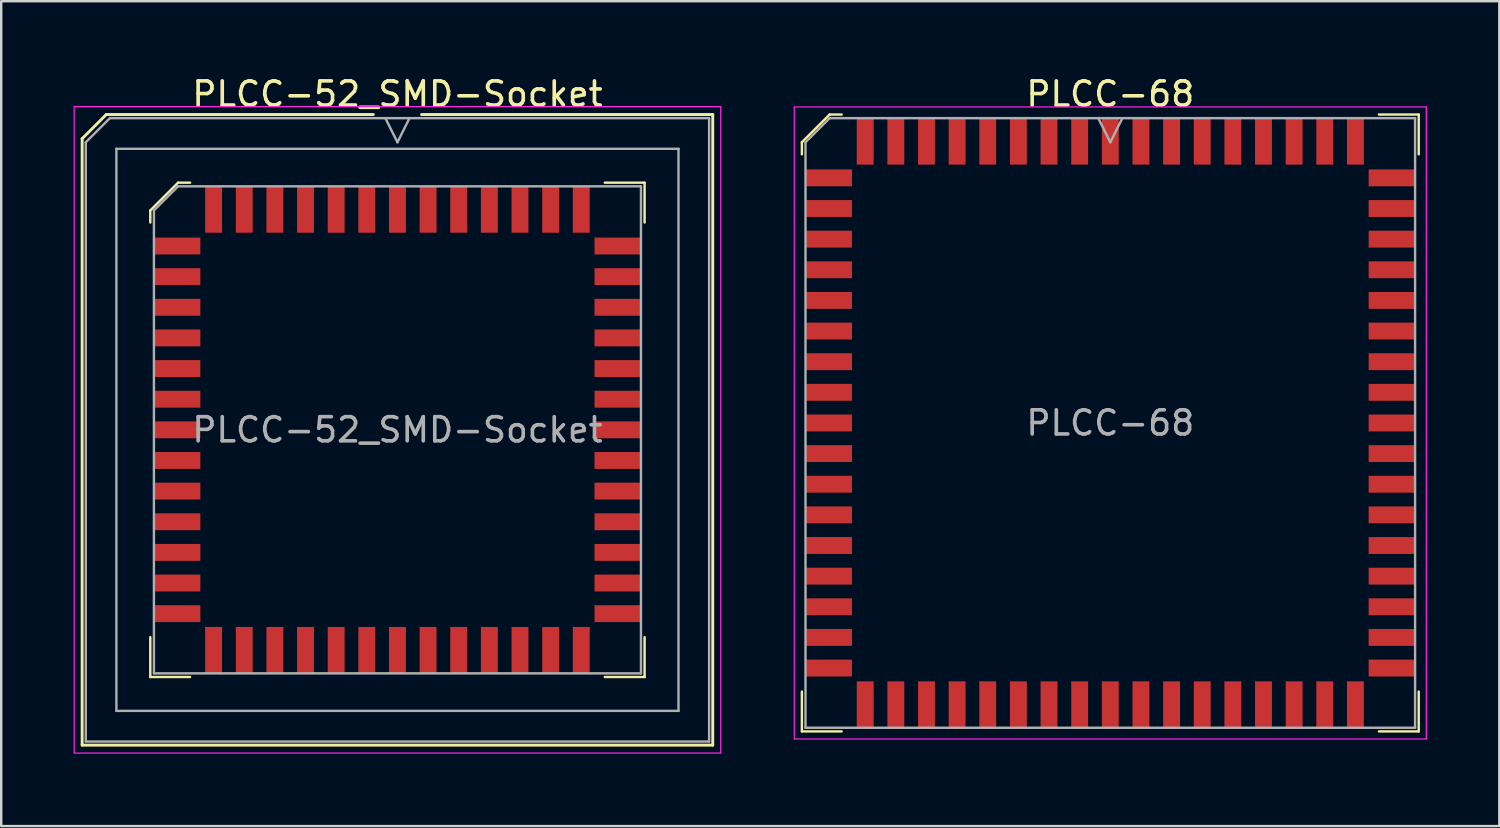
<source format=kicad_pcb>
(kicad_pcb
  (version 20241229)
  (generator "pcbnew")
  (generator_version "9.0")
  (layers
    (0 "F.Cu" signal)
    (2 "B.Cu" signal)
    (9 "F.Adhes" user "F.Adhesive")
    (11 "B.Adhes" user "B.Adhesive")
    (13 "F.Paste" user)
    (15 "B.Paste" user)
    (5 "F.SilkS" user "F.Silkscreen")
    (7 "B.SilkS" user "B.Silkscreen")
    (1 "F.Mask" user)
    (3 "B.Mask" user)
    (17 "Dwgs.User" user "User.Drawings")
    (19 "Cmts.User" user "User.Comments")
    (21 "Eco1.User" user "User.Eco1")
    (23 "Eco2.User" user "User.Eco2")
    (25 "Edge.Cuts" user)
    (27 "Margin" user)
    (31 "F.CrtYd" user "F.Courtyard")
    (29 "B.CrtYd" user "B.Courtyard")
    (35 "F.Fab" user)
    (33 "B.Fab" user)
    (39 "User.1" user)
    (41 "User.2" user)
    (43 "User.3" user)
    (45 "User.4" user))
  (footprint "PLCC-68"
    (layer "F.Cu")
    (at 42.975 14.483)
    (property "Reference" "PLCC-68" (at 0 -13.635 0) (layer "F.SilkS") (effects (font (size 1 1) (thickness 0.15))))
    (attr smd)
    (fp_line (start -12.785 -11.635) (end -12.785 -11.135) (stroke (width 0.1) (type solid)) (layer "F.SilkS"))
    (fp_line (start -12.785 12.785) (end -12.785 11.135) (stroke (width 0.1) (type solid)) (layer "F.SilkS"))
    (fp_line (start -11.635 -12.785) (end -12.785 -11.635) (stroke (width 0.1) (type solid)) (layer "F.SilkS"))
    (fp_line (start -11.135 -12.785) (end -11.635 -12.785) (stroke (width 0.1) (type solid)) (layer "F.SilkS"))
    (fp_line (start -11.135 12.785) (end -12.785 12.785) (stroke (width 0.1) (type solid)) (layer "F.SilkS"))
    (fp_line (start 11.135 -12.785) (end 12.785 -12.785) (stroke (width 0.1) (type solid)) (layer "F.SilkS"))
    (fp_line (start 11.135 12.785) (end 12.785 12.785) (stroke (width 0.1) (type solid)) (layer "F.SilkS"))
    (fp_line (start 12.785 -12.785) (end 12.785 -11.135) (stroke (width 0.1) (type solid)) (layer "F.SilkS"))
    (fp_line (start 12.785 12.785) (end 12.785 11.135) (stroke (width 0.1) (type solid)) (layer "F.SilkS"))
    (fp_line (start -13.1 -13.1) (end -13.1 13.1) (stroke (width 0.05) (type solid)) (layer "F.CrtYd"))
    (fp_line (start -13.1 13.1) (end 13.1 13.1) (stroke (width 0.05) (type solid)) (layer "F.CrtYd"))
    (fp_line (start 13.1 -13.1) (end -13.1 -13.1) (stroke (width 0.05) (type solid)) (layer "F.CrtYd"))
    (fp_line (start 13.1 13.1) (end 13.1 -13.1) (stroke (width 0.05) (type solid)) (layer "F.CrtYd"))
    (fp_line (start -12.635 -11.635) (end -12.635 12.635) (stroke (width 0.1) (type solid)) (layer "F.Fab"))
    (fp_line (start -12.635 12.635) (end 12.635 12.635) (stroke (width 0.1) (type solid)) (layer "F.Fab"))
    (fp_line (start -11.635 -12.635) (end -12.635 -11.635) (stroke (width 0.1) (type solid)) (layer "F.Fab"))
    (fp_line (start -0.5 -12.635) (end 0 -11.635) (stroke (width 0.1) (type solid)) (layer "F.Fab"))
    (fp_line (start 0 -11.635) (end 0.5 -12.635) (stroke (width 0.1) (type solid)) (layer "F.Fab"))
    (fp_line (start 12.635 -12.635) (end -11.635 -12.635) (stroke (width 0.1) (type solid)) (layer "F.Fab"))
    (fp_line (start 12.635 12.635) (end 12.635 -12.635) (stroke (width 0.1) (type solid)) (layer "F.Fab"))
    (fp_text user "${REFERENCE}" (at 0 0 0) (layer "F.Fab") (effects (font (size 1 1) (thickness 0.15))))
    (pad "1" smd rect (at 0 -11.672) (size 0.7 1.925) (layers "F.Cu" "F.Mask" "F.Paste"))
    (pad "2" smd rect (at -1.27 -11.672) (size 0.7 1.925) (layers "F.Cu" "F.Mask" "F.Paste"))
    (pad "3" smd rect (at -2.54 -11.672) (size 0.7 1.925) (layers "F.Cu" "F.Mask" "F.Paste"))
    (pad "4" smd rect (at -3.81 -11.672) (size 0.7 1.925) (layers "F.Cu" "F.Mask" "F.Paste"))
    (pad "5" smd rect (at -5.08 -11.672) (size 0.7 1.925) (layers "F.Cu" "F.Mask" "F.Paste"))
    (pad "6" smd rect (at -6.35 -11.672) (size 0.7 1.925) (layers "F.Cu" "F.Mask" "F.Paste"))
    (pad "7" smd rect (at -7.62 -11.672) (size 0.7 1.925) (layers "F.Cu" "F.Mask" "F.Paste"))
    (pad "8" smd rect (at -8.89 -11.672) (size 0.7 1.925) (layers "F.Cu" "F.Mask" "F.Paste"))
    (pad "9" smd rect (at -10.16 -11.672) (size 0.7 1.925) (layers "F.Cu" "F.Mask" "F.Paste"))
    (pad "10" smd rect (at -11.672 -10.16) (size 1.925 0.7) (layers "F.Cu" "F.Mask" "F.Paste"))
    (pad "11" smd rect (at -11.672 -8.89) (size 1.925 0.7) (layers "F.Cu" "F.Mask" "F.Paste"))
    (pad "12" smd rect (at -11.672 -7.62) (size 1.925 0.7) (layers "F.Cu" "F.Mask" "F.Paste"))
    (pad "13" smd rect (at -11.672 -6.35) (size 1.925 0.7) (layers "F.Cu" "F.Mask" "F.Paste"))
    (pad "14" smd rect (at -11.672 -5.08) (size 1.925 0.7) (layers "F.Cu" "F.Mask" "F.Paste"))
    (pad "15" smd rect (at -11.672 -3.81) (size 1.925 0.7) (layers "F.Cu" "F.Mask" "F.Paste"))
    (pad "16" smd rect (at -11.672 -2.54) (size 1.925 0.7) (layers "F.Cu" "F.Mask" "F.Paste"))
    (pad "17" smd rect (at -11.672 -1.27) (size 1.925 0.7) (layers "F.Cu" "F.Mask" "F.Paste"))
    (pad "18" smd rect (at -11.672 0) (size 1.925 0.7) (layers "F.Cu" "F.Mask" "F.Paste"))
    (pad "19" smd rect (at -11.672 1.27) (size 1.925 0.7) (layers "F.Cu" "F.Mask" "F.Paste"))
    (pad "20" smd rect (at -11.672 2.54) (size 1.925 0.7) (layers "F.Cu" "F.Mask" "F.Paste"))
    (pad "21" smd rect (at -11.672 3.81) (size 1.925 0.7) (layers "F.Cu" "F.Mask" "F.Paste"))
    (pad "22" smd rect (at -11.672 5.08) (size 1.925 0.7) (layers "F.Cu" "F.Mask" "F.Paste"))
    (pad "23" smd rect (at -11.672 6.35) (size 1.925 0.7) (layers "F.Cu" "F.Mask" "F.Paste"))
    (pad "24" smd rect (at -11.672 7.62) (size 1.925 0.7) (layers "F.Cu" "F.Mask" "F.Paste"))
    (pad "25" smd rect (at -11.672 8.89) (size 1.925 0.7) (layers "F.Cu" "F.Mask" "F.Paste"))
    (pad "26" smd rect (at -11.672 10.16) (size 1.925 0.7) (layers "F.Cu" "F.Mask" "F.Paste"))
    (pad "27" smd rect (at -10.16 11.672) (size 0.7 1.925) (layers "F.Cu" "F.Mask" "F.Paste"))
    (pad "28" smd rect (at -8.89 11.672) (size 0.7 1.925) (layers "F.Cu" "F.Mask" "F.Paste"))
    (pad "29" smd rect (at -7.62 11.672) (size 0.7 1.925) (layers "F.Cu" "F.Mask" "F.Paste"))
    (pad "30" smd rect (at -6.35 11.672) (size 0.7 1.925) (layers "F.Cu" "F.Mask" "F.Paste"))
    (pad "31" smd rect (at -5.08 11.672) (size 0.7 1.925) (layers "F.Cu" "F.Mask" "F.Paste"))
    (pad "32" smd rect (at -3.81 11.672) (size 0.7 1.925) (layers "F.Cu" "F.Mask" "F.Paste"))
    (pad "33" smd rect (at -2.54 11.672) (size 0.7 1.925) (layers "F.Cu" "F.Mask" "F.Paste"))
    (pad "34" smd rect (at -1.27 11.672) (size 0.7 1.925) (layers "F.Cu" "F.Mask" "F.Paste"))
    (pad "35" smd rect (at 0 11.672) (size 0.7 1.925) (layers "F.Cu" "F.Mask" "F.Paste"))
    (pad "36" smd rect (at 1.27 11.672) (size 0.7 1.925) (layers "F.Cu" "F.Mask" "F.Paste"))
    (pad "37" smd rect (at 2.54 11.672) (size 0.7 1.925) (layers "F.Cu" "F.Mask" "F.Paste"))
    (pad "38" smd rect (at 3.81 11.672) (size 0.7 1.925) (layers "F.Cu" "F.Mask" "F.Paste"))
    (pad "39" smd rect (at 5.08 11.672) (size 0.7 1.925) (layers "F.Cu" "F.Mask" "F.Paste"))
    (pad "40" smd rect (at 6.35 11.672) (size 0.7 1.925) (layers "F.Cu" "F.Mask" "F.Paste"))
    (pad "41" smd rect (at 7.62 11.672) (size 0.7 1.925) (layers "F.Cu" "F.Mask" "F.Paste"))
    (pad "42" smd rect (at 8.89 11.672) (size 0.7 1.925) (layers "F.Cu" "F.Mask" "F.Paste"))
    (pad "43" smd rect (at 10.16 11.672) (size 0.7 1.925) (layers "F.Cu" "F.Mask" "F.Paste"))
    (pad "44" smd rect (at 11.672 10.16) (size 1.925 0.7) (layers "F.Cu" "F.Mask" "F.Paste"))
    (pad "45" smd rect (at 11.672 8.89) (size 1.925 0.7) (layers "F.Cu" "F.Mask" "F.Paste"))
    (pad "46" smd rect (at 11.672 7.62) (size 1.925 0.7) (layers "F.Cu" "F.Mask" "F.Paste"))
    (pad "47" smd rect (at 11.672 6.35) (size 1.925 0.7) (layers "F.Cu" "F.Mask" "F.Paste"))
    (pad "48" smd rect (at 11.672 5.08) (size 1.925 0.7) (layers "F.Cu" "F.Mask" "F.Paste"))
    (pad "49" smd rect (at 11.672 3.81) (size 1.925 0.7) (layers "F.Cu" "F.Mask" "F.Paste"))
    (pad "50" smd rect (at 11.672 2.54) (size 1.925 0.7) (layers "F.Cu" "F.Mask" "F.Paste"))
    (pad "51" smd rect (at 11.672 1.27) (size 1.925 0.7) (layers "F.Cu" "F.Mask" "F.Paste"))
    (pad "52" smd rect (at 11.672 0) (size 1.925 0.7) (layers "F.Cu" "F.Mask" "F.Paste"))
    (pad "53" smd rect (at 11.672 -1.27) (size 1.925 0.7) (layers "F.Cu" "F.Mask" "F.Paste"))
    (pad "54" smd rect (at 11.672 -2.54) (size 1.925 0.7) (layers "F.Cu" "F.Mask" "F.Paste"))
    (pad "55" smd rect (at 11.672 -3.81) (size 1.925 0.7) (layers "F.Cu" "F.Mask" "F.Paste"))
    (pad "56" smd rect (at 11.672 -5.08) (size 1.925 0.7) (layers "F.Cu" "F.Mask" "F.Paste"))
    (pad "57" smd rect (at 11.672 -6.35) (size 1.925 0.7) (layers "F.Cu" "F.Mask" "F.Paste"))
    (pad "58" smd rect (at 11.672 -7.62) (size 1.925 0.7) (layers "F.Cu" "F.Mask" "F.Paste"))
    (pad "59" smd rect (at 11.672 -8.89) (size 1.925 0.7) (layers "F.Cu" "F.Mask" "F.Paste"))
    (pad "60" smd rect (at 11.672 -10.16) (size 1.925 0.7) (layers "F.Cu" "F.Mask" "F.Paste"))
    (pad "61" smd rect (at 10.16 -11.672) (size 0.7 1.925) (layers "F.Cu" "F.Mask" "F.Paste"))
    (pad "62" smd rect (at 8.89 -11.672) (size 0.7 1.925) (layers "F.Cu" "F.Mask" "F.Paste"))
    (pad "63" smd rect (at 7.62 -11.672) (size 0.7 1.925) (layers "F.Cu" "F.Mask" "F.Paste"))
    (pad "64" smd rect (at 6.35 -11.672) (size 0.7 1.925) (layers "F.Cu" "F.Mask" "F.Paste"))
    (pad "65" smd rect (at 5.08 -11.672) (size 0.7 1.925) (layers "F.Cu" "F.Mask" "F.Paste"))
    (pad "66" smd rect (at 3.81 -11.672) (size 0.7 1.925) (layers "F.Cu" "F.Mask" "F.Paste"))
    (pad "67" smd rect (at 2.54 -11.672) (size 0.7 1.925) (layers "F.Cu" "F.Mask" "F.Paste"))
    (pad "68" smd rect (at 1.27 -11.672) (size 0.7 1.925) (layers "F.Cu" "F.Mask" "F.Paste")))
  (footprint "PLCC-52_SMD-Socket"
    (layer "F.Cu")
    (at 13.425 14.768)
    (property "Reference" "PLCC-52_SMD-Socket" (at 0 -13.92 0) (layer "F.SilkS") (effects (font (size 1 1) (thickness 0.15))))
    (attr smd)
    (fp_line (start -13.07 -12.07) (end -13.07 13.07) (stroke (width 0.12) (type solid)) (layer "F.SilkS"))
    (fp_line (start -13.07 13.07) (end 13.07 13.07) (stroke (width 0.12) (type solid)) (layer "F.SilkS"))
    (fp_line (start -12.07 -13.07) (end -13.07 -12.07) (stroke (width 0.12) (type solid)) (layer "F.SilkS"))
    (fp_line (start -10.245 -9.095) (end -10.245 -8.595) (stroke (width 0.1) (type solid)) (layer "F.SilkS"))
    (fp_line (start -10.245 10.245) (end -10.245 8.595) (stroke (width 0.1) (type solid)) (layer "F.SilkS"))
    (fp_line (start -9.095 -10.245) (end -10.245 -9.095) (stroke (width 0.1) (type solid)) (layer "F.SilkS"))
    (fp_line (start -8.595 -10.245) (end -9.095 -10.245) (stroke (width 0.1) (type solid)) (layer "F.SilkS"))
    (fp_line (start -8.595 10.245) (end -10.245 10.245) (stroke (width 0.1) (type solid)) (layer "F.SilkS"))
    (fp_line (start -1 -13.07) (end -12.07 -13.07) (stroke (width 0.12) (type solid)) (layer "F.SilkS"))
    (fp_line (start 8.595 -10.245) (end 10.245 -10.245) (stroke (width 0.1) (type solid)) (layer "F.SilkS"))
    (fp_line (start 8.595 10.245) (end 10.245 10.245) (stroke (width 0.1) (type solid)) (layer "F.SilkS"))
    (fp_line (start 10.245 -10.245) (end 10.245 -8.595) (stroke (width 0.1) (type solid)) (layer "F.SilkS"))
    (fp_line (start 10.245 10.245) (end 10.245 8.595) (stroke (width 0.1) (type solid)) (layer "F.SilkS"))
    (fp_line (start 13.07 -13.07) (end 1 -13.07) (stroke (width 0.12) (type solid)) (layer "F.SilkS"))
    (fp_line (start 13.07 13.07) (end 13.07 -13.07) (stroke (width 0.12) (type solid)) (layer "F.SilkS"))
    (fp_line (start -13.4 -13.4) (end -13.4 13.4) (stroke (width 0.05) (type solid)) (layer "F.CrtYd"))
    (fp_line (start -13.4 13.4) (end 13.4 13.4) (stroke (width 0.05) (type solid)) (layer "F.CrtYd"))
    (fp_line (start 13.4 -13.4) (end -13.4 -13.4) (stroke (width 0.05) (type solid)) (layer "F.CrtYd"))
    (fp_line (start 13.4 13.4) (end 13.4 -13.4) (stroke (width 0.05) (type solid)) (layer "F.CrtYd"))
    (fp_line (start -12.92 -11.92) (end -12.92 12.92) (stroke (width 0.1) (type solid)) (layer "F.Fab"))
    (fp_line (start -12.92 12.92) (end 12.92 12.92) (stroke (width 0.1) (type solid)) (layer "F.Fab"))
    (fp_line (start -11.92 -12.92) (end -12.92 -11.92) (stroke (width 0.1) (type solid)) (layer "F.Fab"))
    (fp_line (start -11.65 -11.65) (end -11.65 11.65) (stroke (width 0.1) (type solid)) (layer "F.Fab"))
    (fp_line (start -11.65 11.65) (end 11.65 11.65) (stroke (width 0.1) (type solid)) (layer "F.Fab"))
    (fp_line (start -10.095 -9.095) (end -10.095 10.095) (stroke (width 0.1) (type solid)) (layer "F.Fab"))
    (fp_line (start -10.095 10.095) (end 10.095 10.095) (stroke (width 0.1) (type solid)) (layer "F.Fab"))
    (fp_line (start -9.095 -10.095) (end -10.095 -9.095) (stroke (width 0.1) (type solid)) (layer "F.Fab"))
    (fp_line (start -0.5 -12.92) (end 0 -11.92) (stroke (width 0.1) (type solid)) (layer "F.Fab"))
    (fp_line (start 0 -11.92) (end 0.5 -12.92) (stroke (width 0.1) (type solid)) (layer "F.Fab"))
    (fp_line (start 10.095 -10.095) (end -9.095 -10.095) (stroke (width 0.1) (type solid)) (layer "F.Fab"))
    (fp_line (start 10.095 10.095) (end 10.095 -10.095) (stroke (width 0.1) (type solid)) (layer "F.Fab"))
    (fp_line (start 11.65 -11.65) (end -11.65 -11.65) (stroke (width 0.1) (type solid)) (layer "F.Fab"))
    (fp_line (start 11.65 11.65) (end 11.65 -11.65) (stroke (width 0.1) (type solid)) (layer "F.Fab"))
    (fp_line (start 12.92 -12.92) (end -11.92 -12.92) (stroke (width 0.1) (type solid)) (layer "F.Fab"))
    (fp_line (start 12.92 12.92) (end 12.92 -12.92) (stroke (width 0.1) (type solid)) (layer "F.Fab"))
    (fp_text user "${REFERENCE}" (at 0 0 0) (layer "F.Fab") (effects (font (size 1 1) (thickness 0.15))))
    (pad "1" smd rect (at 0 -9.133) (size 0.7 1.925) (layers "F.Cu" "F.Mask" "F.Paste"))
    (pad "2" smd rect (at -1.27 -9.133) (size 0.7 1.925) (layers "F.Cu" "F.Mask" "F.Paste"))
    (pad "3" smd rect (at -2.54 -9.133) (size 0.7 1.925) (layers "F.Cu" "F.Mask" "F.Paste"))
    (pad "4" smd rect (at -3.81 -9.133) (size 0.7 1.925) (layers "F.Cu" "F.Mask" "F.Paste"))
    (pad "5" smd rect (at -5.08 -9.133) (size 0.7 1.925) (layers "F.Cu" "F.Mask" "F.Paste"))
    (pad "6" smd rect (at -6.35 -9.133) (size 0.7 1.925) (layers "F.Cu" "F.Mask" "F.Paste"))
    (pad "7" smd rect (at -7.62 -9.133) (size 0.7 1.925) (layers "F.Cu" "F.Mask" "F.Paste"))
    (pad "8" smd rect (at -9.133 -7.62) (size 1.925 0.7) (layers "F.Cu" "F.Mask" "F.Paste"))
    (pad "9" smd rect (at -9.133 -6.35) (size 1.925 0.7) (layers "F.Cu" "F.Mask" "F.Paste"))
    (pad "10" smd rect (at -9.133 -5.08) (size 1.925 0.7) (layers "F.Cu" "F.Mask" "F.Paste"))
    (pad "11" smd rect (at -9.133 -3.81) (size 1.925 0.7) (layers "F.Cu" "F.Mask" "F.Paste"))
    (pad "12" smd rect (at -9.133 -2.54) (size 1.925 0.7) (layers "F.Cu" "F.Mask" "F.Paste"))
    (pad "13" smd rect (at -9.133 -1.27) (size 1.925 0.7) (layers "F.Cu" "F.Mask" "F.Paste"))
    (pad "14" smd rect (at -9.133 0) (size 1.925 0.7) (layers "F.Cu" "F.Mask" "F.Paste"))
    (pad "15" smd rect (at -9.133 1.27) (size 1.925 0.7) (layers "F.Cu" "F.Mask" "F.Paste"))
    (pad "16" smd rect (at -9.133 2.54) (size 1.925 0.7) (layers "F.Cu" "F.Mask" "F.Paste"))
    (pad "17" smd rect (at -9.133 3.81) (size 1.925 0.7) (layers "F.Cu" "F.Mask" "F.Paste"))
    (pad "18" smd rect (at -9.133 5.08) (size 1.925 0.7) (layers "F.Cu" "F.Mask" "F.Paste"))
    (pad "19" smd rect (at -9.133 6.35) (size 1.925 0.7) (layers "F.Cu" "F.Mask" "F.Paste"))
    (pad "20" smd rect (at -9.133 7.62) (size 1.925 0.7) (layers "F.Cu" "F.Mask" "F.Paste"))
    (pad "21" smd rect (at -7.62 9.133) (size 0.7 1.925) (layers "F.Cu" "F.Mask" "F.Paste"))
    (pad "22" smd rect (at -6.35 9.133) (size 0.7 1.925) (layers "F.Cu" "F.Mask" "F.Paste"))
    (pad "23" smd rect (at -5.08 9.133) (size 0.7 1.925) (layers "F.Cu" "F.Mask" "F.Paste"))
    (pad "24" smd rect (at -3.81 9.133) (size 0.7 1.925) (layers "F.Cu" "F.Mask" "F.Paste"))
    (pad "25" smd rect (at -2.54 9.133) (size 0.7 1.925) (layers "F.Cu" "F.Mask" "F.Paste"))
    (pad "26" smd rect (at -1.27 9.133) (size 0.7 1.925) (layers "F.Cu" "F.Mask" "F.Paste"))
    (pad "27" smd rect (at 0 9.133) (size 0.7 1.925) (layers "F.Cu" "F.Mask" "F.Paste"))
    (pad "28" smd rect (at 1.27 9.133) (size 0.7 1.925) (layers "F.Cu" "F.Mask" "F.Paste"))
    (pad "29" smd rect (at 2.54 9.133) (size 0.7 1.925) (layers "F.Cu" "F.Mask" "F.Paste"))
    (pad "30" smd rect (at 3.81 9.133) (size 0.7 1.925) (layers "F.Cu" "F.Mask" "F.Paste"))
    (pad "31" smd rect (at 5.08 9.133) (size 0.7 1.925) (layers "F.Cu" "F.Mask" "F.Paste"))
    (pad "32" smd rect (at 6.35 9.133) (size 0.7 1.925) (layers "F.Cu" "F.Mask" "F.Paste"))
    (pad "33" smd rect (at 7.62 9.133) (size 0.7 1.925) (layers "F.Cu" "F.Mask" "F.Paste"))
    (pad "34" smd rect (at 9.133 7.62) (size 1.925 0.7) (layers "F.Cu" "F.Mask" "F.Paste"))
    (pad "35" smd rect (at 9.133 6.35) (size 1.925 0.7) (layers "F.Cu" "F.Mask" "F.Paste"))
    (pad "36" smd rect (at 9.133 5.08) (size 1.925 0.7) (layers "F.Cu" "F.Mask" "F.Paste"))
    (pad "37" smd rect (at 9.133 3.81) (size 1.925 0.7) (layers "F.Cu" "F.Mask" "F.Paste"))
    (pad "38" smd rect (at 9.133 2.54) (size 1.925 0.7) (layers "F.Cu" "F.Mask" "F.Paste"))
    (pad "39" smd rect (at 9.133 1.27) (size 1.925 0.7) (layers "F.Cu" "F.Mask" "F.Paste"))
    (pad "40" smd rect (at 9.133 0) (size 1.925 0.7) (layers "F.Cu" "F.Mask" "F.Paste"))
    (pad "41" smd rect (at 9.133 -1.27) (size 1.925 0.7) (layers "F.Cu" "F.Mask" "F.Paste"))
    (pad "42" smd rect (at 9.133 -2.54) (size 1.925 0.7) (layers "F.Cu" "F.Mask" "F.Paste"))
    (pad "43" smd rect (at 9.133 -3.81) (size 1.925 0.7) (layers "F.Cu" "F.Mask" "F.Paste"))
    (pad "44" smd rect (at 9.133 -5.08) (size 1.925 0.7) (layers "F.Cu" "F.Mask" "F.Paste"))
    (pad "45" smd rect (at 9.133 -6.35) (size 1.925 0.7) (layers "F.Cu" "F.Mask" "F.Paste"))
    (pad "46" smd rect (at 9.133 -7.62) (size 1.925 0.7) (layers "F.Cu" "F.Mask" "F.Paste"))
    (pad "47" smd rect (at 7.62 -9.133) (size 0.7 1.925) (layers "F.Cu" "F.Mask" "F.Paste"))
    (pad "48" smd rect (at 6.35 -9.133) (size 0.7 1.925) (layers "F.Cu" "F.Mask" "F.Paste"))
    (pad "49" smd rect (at 5.08 -9.133) (size 0.7 1.925) (layers "F.Cu" "F.Mask" "F.Paste"))
    (pad "50" smd rect (at 3.81 -9.133) (size 0.7 1.925) (layers "F.Cu" "F.Mask" "F.Paste"))
    (pad "51" smd rect (at 2.54 -9.133) (size 0.7 1.925) (layers "F.Cu" "F.Mask" "F.Paste"))
    (pad "52" smd rect (at 1.27 -9.133) (size 0.7 1.925) (layers "F.Cu" "F.Mask" "F.Paste")))
  (gr_rect
    (start -3 -3)
    (end 59.1 31.193)
    (stroke (width 0.1) (type default))
    (fill no)
    (layer "Edge.Cuts")))
</source>
